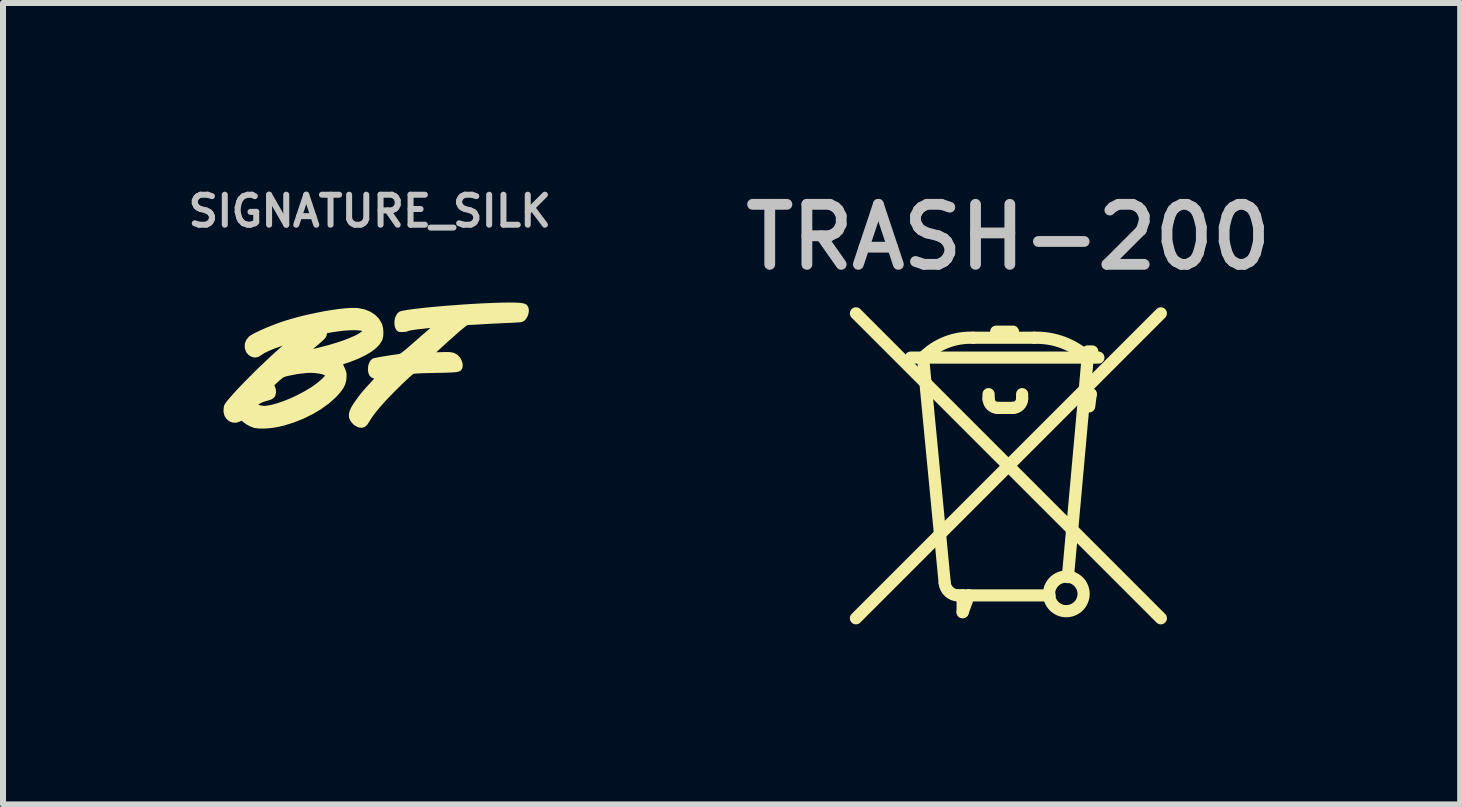
<source format=kicad_pcb>
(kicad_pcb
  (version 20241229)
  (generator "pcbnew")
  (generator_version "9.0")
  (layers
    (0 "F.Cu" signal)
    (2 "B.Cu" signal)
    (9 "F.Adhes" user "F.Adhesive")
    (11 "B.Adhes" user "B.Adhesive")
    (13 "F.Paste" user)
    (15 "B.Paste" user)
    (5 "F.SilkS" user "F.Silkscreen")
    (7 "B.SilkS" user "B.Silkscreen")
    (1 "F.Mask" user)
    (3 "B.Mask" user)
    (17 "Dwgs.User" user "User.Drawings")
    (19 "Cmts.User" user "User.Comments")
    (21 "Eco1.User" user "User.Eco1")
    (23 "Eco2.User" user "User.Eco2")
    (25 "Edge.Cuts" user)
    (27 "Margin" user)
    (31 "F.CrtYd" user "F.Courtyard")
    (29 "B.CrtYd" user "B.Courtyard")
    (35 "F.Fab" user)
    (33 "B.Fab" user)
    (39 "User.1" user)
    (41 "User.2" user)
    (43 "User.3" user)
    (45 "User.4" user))
  (footprint "SIGNATURE_SILK"
    (layer "F.Cu")
    (at 3.112 3.008)
    (property "Reference" "SIGNATURE_SILK" (at 0 -2.54 0) (layer "Dwgs.User") (effects (font (size 0.5 0.5) (thickness 0.1))))
    (attr through_hole)
    (fp_poly (pts (xy 2.625 -0.881) (xy 2.618 -0.834) (xy 2.6 -0.787) (xy 2.572 -0.747) (xy 2.556 -0.733) (xy 2.544 -0.725) (xy 2.528 -0.719) (xy 2.504 -0.714) (xy 2.47 -0.711) (xy 2.421 -0.708) (xy 2.355 -0.705) (xy 2.347 -0.704) (xy 2.281 -0.702) (xy 2.2 -0.698) (xy 2.11 -0.693) (xy 2.018 -0.689) (xy 1.929 -0.684) (xy 1.9 -0.682) (xy 1.827 -0.678) (xy 1.76 -0.674) (xy 1.703 -0.671) (xy 1.66 -0.669) (xy 1.631 -0.667) (xy 1.622 -0.667) (xy 1.609 -0.66) (xy 1.584 -0.643) (xy 1.551 -0.617) (xy 1.516 -0.589) (xy 1.485 -0.563) (xy 1.444 -0.527) (xy 1.397 -0.485) (xy 1.344 -0.438) (xy 1.29 -0.39) (xy 1.236 -0.341) (xy 1.185 -0.294) (xy 1.139 -0.252) (xy 1.1 -0.216) (xy 1.072 -0.189) (xy 1.056 -0.173) (xy 1.053 -0.17) (xy 1.061 -0.166) (xy 1.087 -0.164) (xy 1.129 -0.164) (xy 1.186 -0.166) (xy 1.193 -0.166) (xy 1.266 -0.168) (xy 1.322 -0.167) (xy 1.365 -0.162) (xy 1.399 -0.152) (xy 1.428 -0.137) (xy 1.452 -0.119) (xy 1.486 -0.081) (xy 1.509 -0.035) (xy 1.522 0.012) (xy 1.52 0.055) (xy 1.513 0.075) (xy 1.505 0.087) (xy 1.495 0.098) (xy 1.48 0.106) (xy 1.459 0.113) (xy 1.429 0.118) (xy 1.388 0.121) (xy 1.334 0.124) (xy 1.265 0.127) (xy 1.178 0.129) (xy 1.095 0.13) (xy 1.01 0.132) (xy 0.931 0.134) (xy 0.861 0.136) (xy 0.801 0.139) (xy 0.756 0.142) (xy 0.728 0.145) (xy 0.72 0.146) (xy 0.703 0.157) (xy 0.674 0.181) (xy 0.634 0.216) (xy 0.587 0.26) (xy 0.533 0.311) (xy 0.476 0.367) (xy 0.417 0.425) (xy 0.359 0.483) (xy 0.304 0.54) (xy 0.254 0.593) (xy 0.23 0.619) (xy 0.146 0.714) (xy 0.076 0.799) (xy 0.02 0.874) (xy -0.024 0.942) (xy -0.031 0.955) (xy -0.065 1.005) (xy -0.1 1.035) (xy -0.138 1.045) (xy -0.183 1.038) (xy -0.201 1.031) (xy -0.255 0.998) (xy -0.296 0.95) (xy -0.309 0.927) (xy -0.323 0.888) (xy -0.324 0.845) (xy -0.313 0.797) (xy -0.288 0.741) (xy -0.248 0.675) (xy -0.193 0.598) (xy -0.188 0.59) (xy -0.157 0.55) (xy -0.131 0.516) (xy -0.104 0.483) (xy -0.074 0.449) (xy -0.039 0.409) (xy 0.006 0.361) (xy 0.045 0.318) (xy 0.118 0.24) (xy 0.08 0.227) (xy 0.041 0.211) (xy 0.018 0.19) (xy 0.003 0.158) (xy -0.001 0.145) (xy -0.007 0.096) (xy -0.003 0.045) (xy 0.011 -0.002) (xy 0.033 -0.039) (xy 0.061 -0.062) (xy 0.063 -0.063) (xy 0.082 -0.068) (xy 0.118 -0.075) (xy 0.167 -0.085) (xy 0.226 -0.095) (xy 0.29 -0.105) (xy 0.355 -0.116) (xy 0.418 -0.125) (xy 0.472 -0.132) (xy 0.488 -0.135) (xy 0.504 -0.139) (xy 0.52 -0.147) (xy 0.54 -0.159) (xy 0.565 -0.178) (xy 0.598 -0.204) (xy 0.641 -0.24) (xy 0.695 -0.287) (xy 0.758 -0.342) (xy 0.82 -0.396) (xy 0.879 -0.448) (xy 0.932 -0.494) (xy 0.978 -0.534) (xy 1.013 -0.564) (xy 1.035 -0.583) (xy 1.037 -0.585) (xy 1.06 -0.606) (xy 1.072 -0.62) (xy 1.071 -0.624) (xy 1.058 -0.623) (xy 1.026 -0.62) (xy 0.981 -0.616) (xy 0.925 -0.61) (xy 0.861 -0.603) (xy 0.856 -0.603) (xy 0.775 -0.593) (xy 0.71 -0.584) (xy 0.663 -0.576) (xy 0.636 -0.568) (xy 0.631 -0.566) (xy 0.607 -0.557) (xy 0.571 -0.552) (xy 0.531 -0.55) (xy 0.496 -0.553) (xy 0.482 -0.557) (xy 0.46 -0.576) (xy 0.444 -0.61) (xy 0.435 -0.654) (xy 0.435 -0.702) (xy 0.442 -0.749) (xy 0.455 -0.783) (xy 0.474 -0.814) (xy 0.496 -0.837) (xy 0.501 -0.841) (xy 0.524 -0.85) (xy 0.565 -0.859) (xy 0.625 -0.869) (xy 0.7 -0.88) (xy 0.788 -0.891) (xy 0.889 -0.903) (xy 1 -0.914) (xy 1.119 -0.925) (xy 1.244 -0.936) (xy 1.374 -0.946) (xy 1.507 -0.956) (xy 1.64 -0.965) (xy 1.773 -0.973) (xy 1.903 -0.98) (xy 2.028 -0.985) (xy 2.043 -0.986) (xy 2.169 -0.99) (xy 2.275 -0.992) (xy 2.364 -0.993) (xy 2.435 -0.991) (xy 2.492 -0.988) (xy 2.536 -0.982) (xy 2.568 -0.975) (xy 2.591 -0.964) (xy 2.6 -0.957) (xy 2.619 -0.924) (xy 2.625 -0.881)) (stroke (width 0.05) (type solid)) (fill yes) (layer "F.SilkS"))
    (fp_poly (pts (xy 0.201 -0.525) (xy 0.198 -0.462) (xy 0.186 -0.408) (xy 0.18 -0.395) (xy 0.143 -0.335) (xy 0.085 -0.275) (xy 0.008 -0.216) (xy -0.08 -0.164) (xy -0.08 -0.547) (xy -0.106 -0.562) (xy -0.14 -0.573) (xy -0.192 -0.579) (xy -0.259 -0.582) (xy -0.337 -0.58) (xy -0.425 -0.574) (xy -0.518 -0.563) (xy -0.615 -0.549) (xy -0.648 -0.544) (xy -0.692 -0.535) (xy -0.72 -0.529) (xy -0.734 -0.522) (xy -0.74 -0.512) (xy -0.741 -0.498) (xy -0.741 -0.498) (xy -0.743 -0.48) (xy -0.75 -0.462) (xy -0.764 -0.441) (xy -0.788 -0.415) (xy -0.823 -0.382) (xy -0.872 -0.34) (xy -0.904 -0.312) (xy -0.947 -0.276) (xy -0.983 -0.244) (xy -1.01 -0.221) (xy -1.025 -0.207) (xy -1.027 -0.205) (xy -1.02 -0.204) (xy -1.001 -0.207) (xy -0.966 -0.214) (xy -0.916 -0.225) (xy -0.847 -0.242) (xy -0.794 -0.255) (xy -0.667 -0.289) (xy -0.546 -0.325) (xy -0.435 -0.362) (xy -0.335 -0.401) (xy -0.248 -0.438) (xy -0.177 -0.475) (xy -0.125 -0.51) (xy -0.117 -0.516) (xy -0.08 -0.547) (xy -0.08 -0.164) (xy -0.087 -0.16) (xy -0.198 -0.106) (xy -0.325 -0.056) (xy -0.376 -0.038) (xy -0.416 -0.025) (xy -0.449 -0.014) (xy -0.469 -0.007) (xy -0.472 -0.006) (xy -0.474 0.005) (xy -0.466 0.032) (xy -0.448 0.069) (xy -0.429 0.112) (xy -0.418 0.146) (xy -0.413 0.184) (xy -0.413 0.217) (xy -0.418 0.28) (xy -0.435 0.34) (xy -0.465 0.4) (xy -0.511 0.463) (xy -0.573 0.532) (xy -0.592 0.551) (xy -0.701 0.648) (xy -0.72 0.661) (xy -0.72 0.198) (xy -0.73 0.18) (xy -0.758 0.164) (xy -0.8 0.15) (xy -0.854 0.14) (xy -0.916 0.132) (xy -0.982 0.129) (xy -1.048 0.131) (xy -1.203 0.148) (xy -1.36 0.179) (xy -1.388 0.185) (xy -1.422 0.195) (xy -1.45 0.207) (xy -1.477 0.225) (xy -1.51 0.252) (xy -1.54 0.279) (xy -1.622 0.355) (xy -1.605 0.389) (xy -1.591 0.433) (xy -1.588 0.48) (xy -1.598 0.523) (xy -1.609 0.543) (xy -1.634 0.564) (xy -1.668 0.581) (xy -1.675 0.583) (xy -1.738 0.601) (xy -1.784 0.616) (xy -1.82 0.631) (xy -1.849 0.648) (xy -1.863 0.658) (xy -1.886 0.677) (xy -1.899 0.692) (xy -1.9 0.697) (xy -1.883 0.706) (xy -1.852 0.715) (xy -1.815 0.723) (xy -1.778 0.728) (xy -1.764 0.729) (xy -1.734 0.728) (xy -1.692 0.722) (xy -1.646 0.714) (xy -1.644 0.714) (xy -1.543 0.687) (xy -1.431 0.649) (xy -1.312 0.601) (xy -1.193 0.545) (xy -1.077 0.484) (xy -0.969 0.419) (xy -0.957 0.411) (xy -0.903 0.373) (xy -0.851 0.334) (xy -0.804 0.294) (xy -0.765 0.258) (xy -0.737 0.227) (xy -0.721 0.205) (xy -0.72 0.198) (xy -0.72 0.661) (xy -0.828 0.739) (xy -0.968 0.822) (xy -1.119 0.896) (xy -1.276 0.958) (xy -1.436 1.008) (xy -1.541 1.032) (xy -1.622 1.046) (xy -1.704 1.054) (xy -1.783 1.058) (xy -1.853 1.056) (xy -1.911 1.049) (xy -1.931 1.044) (xy -1.99 1.021) (xy -2.045 0.99) (xy -2.088 0.959) (xy -2.136 0.922) (xy -2.177 0.943) (xy -2.229 0.96) (xy -2.28 0.958) (xy -2.328 0.94) (xy -2.368 0.907) (xy -2.397 0.862) (xy -2.412 0.808) (xy -2.413 0.788) (xy -2.411 0.749) (xy -2.406 0.715) (xy -2.402 0.703) (xy -2.387 0.676) (xy -2.358 0.637) (xy -2.316 0.587) (xy -2.263 0.527) (xy -2.201 0.459) (xy -2.13 0.384) (xy -2.053 0.305) (xy -1.97 0.221) (xy -1.885 0.136) (xy -1.797 0.051) (xy -1.708 -0.033) (xy -1.621 -0.115) (xy -1.536 -0.192) (xy -1.455 -0.264) (xy -1.431 -0.285) (xy -1.396 -0.315) (xy -1.369 -0.339) (xy -1.352 -0.355) (xy -1.348 -0.36) (xy -1.359 -0.357) (xy -1.386 -0.348) (xy -1.426 -0.334) (xy -1.475 -0.318) (xy -1.493 -0.311) (xy -1.605 -0.271) (xy -1.697 -0.233) (xy -1.767 -0.199) (xy -1.817 -0.167) (xy -1.827 -0.159) (xy -1.87 -0.133) (xy -1.918 -0.126) (xy -1.964 -0.137) (xy -2.006 -0.164) (xy -2.04 -0.206) (xy -2.042 -0.211) (xy -2.06 -0.268) (xy -2.058 -0.326) (xy -2.038 -0.381) (xy -1.999 -0.43) (xy -1.999 -0.43) (xy -1.968 -0.452) (xy -1.921 -0.479) (xy -1.859 -0.51) (xy -1.786 -0.544) (xy -1.706 -0.579) (xy -1.62 -0.613) (xy -1.532 -0.646) (xy -1.445 -0.677) (xy -1.397 -0.693) (xy -1.276 -0.729) (xy -1.149 -0.763) (xy -1.019 -0.794) (xy -0.888 -0.822) (xy -0.759 -0.847) (xy -0.635 -0.868) (xy -0.518 -0.885) (xy -0.411 -0.896) (xy -0.317 -0.903) (xy -0.239 -0.903) (xy -0.194 -0.9) (xy -0.094 -0.879) (xy -0.005 -0.843) (xy 0.07 -0.795) (xy 0.13 -0.735) (xy 0.173 -0.664) (xy 0.181 -0.645) (xy 0.195 -0.589) (xy 0.201 -0.525)) (stroke (width 0.05) (type solid)) (fill yes) (layer "F.SilkS")))
  (footprint "TRASH-200"
    (layer "F.Cu")
    (at 13.751 4.711)
    (property "Reference" "TRASH-200" (at 0 -3.81 0) (layer "Dwgs.User") (effects (font (size 1 1) (thickness 0.18))))
    (attr through_hole)
    (fp_line (start -2.54 -2.54) (end 2.54 2.54) (stroke (width 0.203) (type solid)) (layer "F.SilkS"))
    (fp_line (start -2.54 2.54) (end 2.54 -2.54) (stroke (width 0.203) (type solid)) (layer "F.SilkS"))
    (fp_line (start -1.422 -1.803) (end -1.626 -1.803) (stroke (width 0.203) (type solid)) (layer "F.SilkS"))
    (fp_line (start -1.422 -1.803) (end -1.061 1.952) (stroke (width 0.203) (type solid)) (layer "F.SilkS"))
    (fp_line (start -0.834 2.159) (end -0.762 2.159) (stroke (width 0.203) (type solid)) (layer "F.SilkS"))
    (fp_line (start -0.762 2.159) (end -0.762 2.438) (stroke (width 0.203) (type solid)) (layer "F.SilkS"))
    (fp_line (start -0.762 2.159) (end -0.66 2.159) (stroke (width 0.203) (type solid)) (layer "F.SilkS"))
    (fp_line (start -0.66 2.159) (end -0.762 2.438) (stroke (width 0.203) (type solid)) (layer "F.SilkS"))
    (fp_line (start -0.66 2.159) (end 0.686 2.159) (stroke (width 0.203) (type solid)) (layer "F.SilkS"))
    (fp_line (start -0.584 -2.134) (end 0.432 -2.134) (stroke (width 0.203) (type solid)) (layer "F.SilkS"))
    (fp_line (start -0.33 -1.194) (end -0.33 -1.118) (stroke (width 0.203) (type solid)) (layer "F.SilkS"))
    (fp_line (start -0.203 -2.235) (end 0.076 -2.235) (stroke (width 0.203) (type solid)) (layer "F.SilkS"))
    (fp_line (start -0.178 -0.965) (end 0.074 -0.965) (stroke (width 0.203) (type solid)) (layer "F.SilkS"))
    (fp_line (start 0.229 -1.12) (end 0.229 -1.194) (stroke (width 0.203) (type solid)) (layer "F.SilkS"))
    (fp_line (start 0.991 1.854) (end 1.321 -1.803) (stroke (width 0.203) (type solid)) (layer "F.SilkS"))
    (fp_line (start 1.295 -1.194) (end 1.372 -1.194) (stroke (width 0.203) (type solid)) (layer "F.SilkS"))
    (fp_line (start 1.321 -1.905) (end 1.397 -1.905) (stroke (width 0.203) (type solid)) (layer "F.SilkS"))
    (fp_line (start 1.321 -1.803) (end -1.422 -1.803) (stroke (width 0.203) (type solid)) (layer "F.SilkS"))
    (fp_line (start 1.372 -1.194) (end 1.346 -0.991) (stroke (width 0.203) (type solid)) (layer "F.SilkS"))
    (fp_line (start 1.499 -1.803) (end 1.321 -1.803) (stroke (width 0.203) (type solid)) (layer "F.SilkS"))
    (fp_arc (start -1.4224 -1.8034) (mid -1.03815 -2.056966) (end -0.5842 -2.1336) (stroke (width 0.2032) (type solid)) (layer "F.SilkS"))
    (fp_arc (start -0.833723 2.159) (mid -0.987442 2.099599) (end -1.061278 1.952269) (stroke (width 0.2032) (type solid)) (layer "F.SilkS"))
    (fp_arc (start -0.1778 -0.9652) (mid -0.285563 -1.009837) (end -0.3302 -1.1176) (stroke (width 0.2032) (type solid)) (layer "F.SilkS"))
    (fp_arc (start 0.2286 -1.1197) (mid 0.183348 -1.010452) (end 0.0741 -0.9652) (stroke (width 0.2032) (type solid)) (layer "F.SilkS"))
    (fp_arc (start 0.4318 -2.1336) (mid 0.908388 -2.054891) (end 1.3208 -1.803399) (stroke (width 0.2032) (type solid)) (layer "F.SilkS"))
    (fp_circle (center 0.965 2.134) (end 1.253 2.134) (stroke (width 0.203) (type solid)) (fill no) (layer "F.SilkS")))
  (gr_rect
    (start -3 -3)
    (end 21.278 10.352)
    (stroke (width 0.1) (type default))
    (fill no)
    (layer "Edge.Cuts")))
</source>
